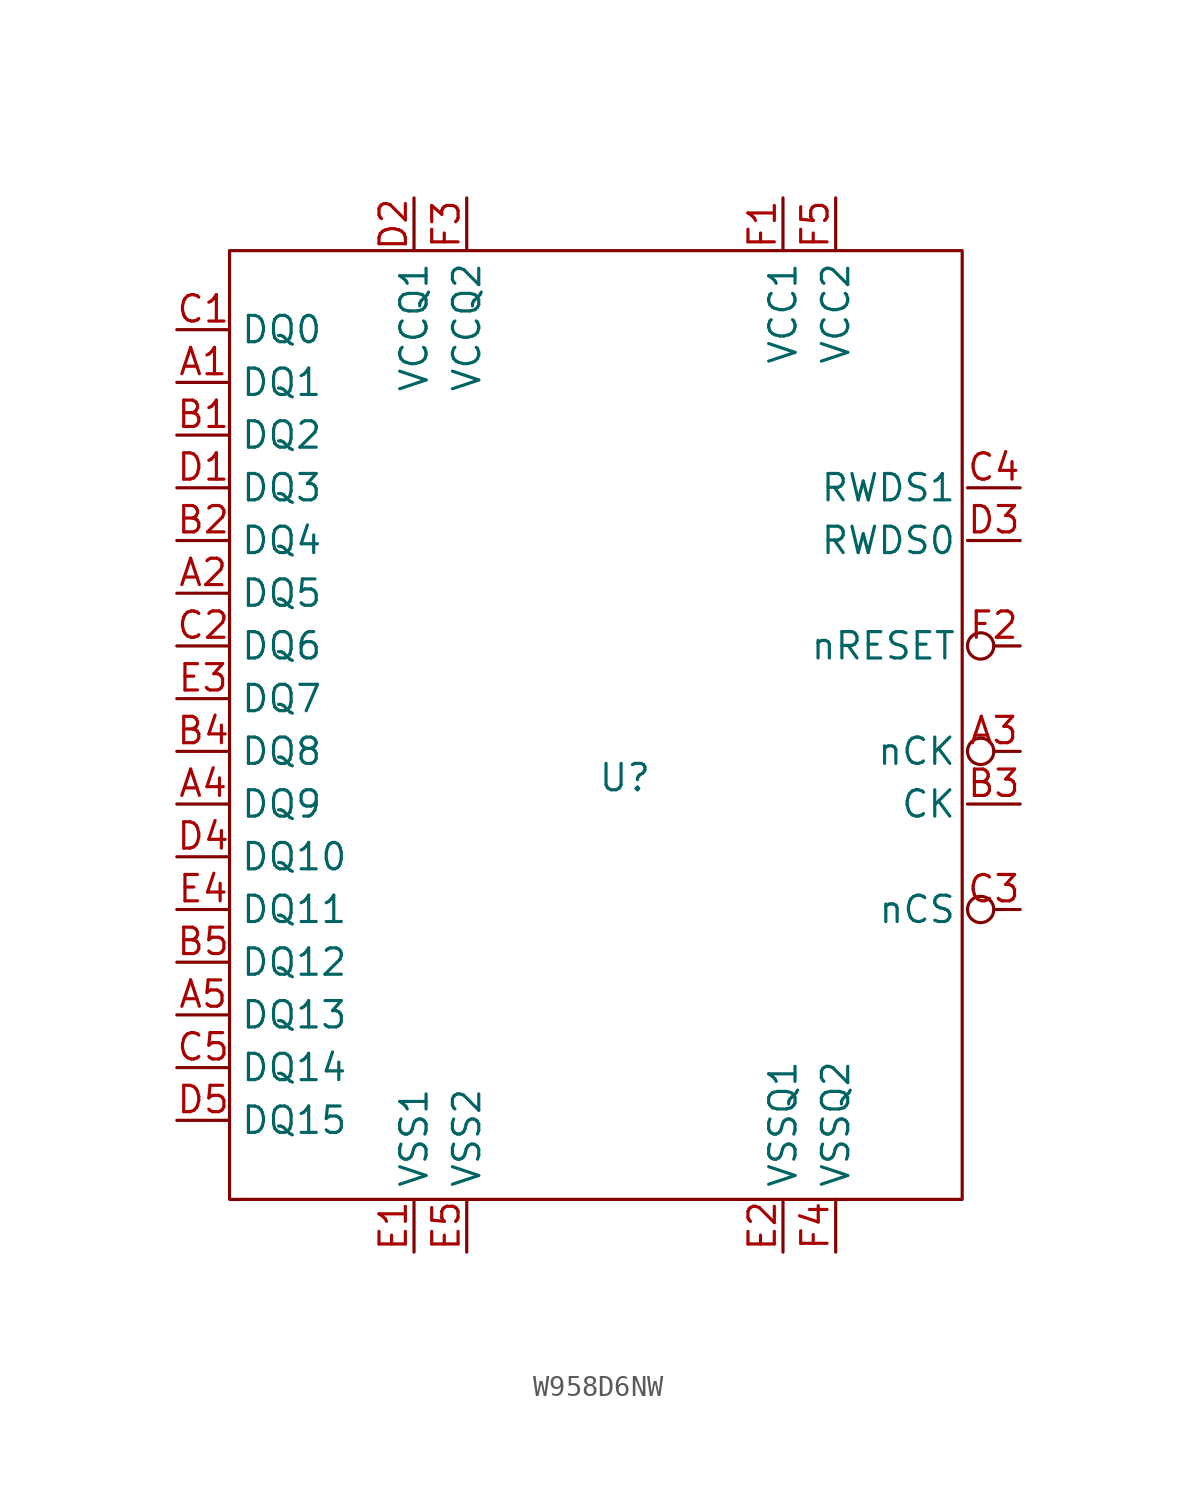
<source format=kicad_sym>
(kicad_symbol_lib
  (version 20231120)
  (generator "kicad_symbol_editor")
  (generator_version "8.0")
  (symbol "W958D6NW"
    (property "Reference" "U"
      (at 1.27 -2.54 0)
      (effects (font (size 1.27 1.27))))
    (property "Value" ""
      (at 1.27 -2.54 0)
      (effects (font (size 1.27 1.27))))
    (symbol "W958D6NW_0_1"
      (rectangle (start -17.78 22.86) (end 17.526 -22.86) (stroke (width 0) (type default)) (fill (type none))))
    (symbol "W958D6NW_1_1"
      (pin input line (at -20.32 16.51 0) (length 2.54) (name "DQ1" (effects (font (size 1.27 1.27)))) (number "A1" (effects (font (size 1.27 1.27)))))
      (pin input line (at -20.32 6.35 0) (length 2.54) (name "DQ5" (effects (font (size 1.27 1.27)))) (number "A2" (effects (font (size 1.27 1.27)))))
      (pin input inverted (at 20.32 -1.27 180) (length 2.54) (name "nCK" (effects (font (size 1.27 1.27)))) (number "A3" (effects (font (size 1.27 1.27)))))
      (pin input line (at -20.32 -3.81 0) (length 2.54) (name "DQ9" (effects (font (size 1.27 1.27)))) (number "A4" (effects (font (size 1.27 1.27)))))
      (pin input line (at -20.32 -13.97 0) (length 2.54) (name "DQ13" (effects (font (size 1.27 1.27)))) (number "A5" (effects (font (size 1.27 1.27)))))
      (pin input line (at -20.32 13.97 0) (length 2.54) (name "DQ2" (effects (font (size 1.27 1.27)))) (number "B1" (effects (font (size 1.27 1.27)))))
      (pin input line (at -20.32 8.89 0) (length 2.54) (name "DQ4" (effects (font (size 1.27 1.27)))) (number "B2" (effects (font (size 1.27 1.27)))))
      (pin input line (at 20.32 -3.81 180) (length 2.54) (name "CK" (effects (font (size 1.27 1.27)))) (number "B3" (effects (font (size 1.27 1.27)))))
      (pin input line (at -20.32 -1.27 0) (length 2.54) (name "DQ8" (effects (font (size 1.27 1.27)))) (number "B4" (effects (font (size 1.27 1.27)))))
      (pin input line (at -20.32 -11.43 0) (length 2.54) (name "DQ12" (effects (font (size 1.27 1.27)))) (number "B5" (effects (font (size 1.27 1.27)))))
      (pin input line (at -20.32 19.05 0) (length 2.54) (name "DQ0" (effects (font (size 1.27 1.27)))) (number "C1" (effects (font (size 1.27 1.27)))))
      (pin input line (at -20.32 3.81 0) (length 2.54) (name "DQ6" (effects (font (size 1.27 1.27)))) (number "C2" (effects (font (size 1.27 1.27)))))
      (pin input inverted (at 20.32 -8.89 180) (length 2.54) (name "nCS" (effects (font (size 1.27 1.27)))) (number "C3" (effects (font (size 1.27 1.27)))))
      (pin input line (at 20.32 11.43 180) (length 2.54) (name "RWDS1" (effects (font (size 1.27 1.27)))) (number "C4" (effects (font (size 1.27 1.27)))))
      (pin input line (at -20.32 -16.51 0) (length 2.54) (name "DQ14" (effects (font (size 1.27 1.27)))) (number "C5" (effects (font (size 1.27 1.27)))))
      (pin input line (at -20.32 11.43 0) (length 2.54) (name "DQ3" (effects (font (size 1.27 1.27)))) (number "D1" (effects (font (size 1.27 1.27)))))
      (pin input line (at -8.89 25.4 270) (length 2.54) (name "VCCQ1" (effects (font (size 1.27 1.27)))) (number "D2" (effects (font (size 1.27 1.27)))))
      (pin input line (at 20.32 8.89 180) (length 2.54) (name "RWDS0" (effects (font (size 1.27 1.27)))) (number "D3" (effects (font (size 1.27 1.27)))))
      (pin input line (at -20.32 -6.35 0) (length 2.54) (name "DQ10" (effects (font (size 1.27 1.27)))) (number "D4" (effects (font (size 1.27 1.27)))))
      (pin input line (at -20.32 -19.05 0) (length 2.54) (name "DQ15" (effects (font (size 1.27 1.27)))) (number "D5" (effects (font (size 1.27 1.27)))))
      (pin input line (at -8.89 -25.4 90) (length 2.54) (name "VSS1" (effects (font (size 1.27 1.27)))) (number "E1" (effects (font (size 1.27 1.27)))))
      (pin input line (at 8.89 -25.4 90) (length 2.54) (name "VSSQ1" (effects (font (size 1.27 1.27)))) (number "E2" (effects (font (size 1.27 1.27)))))
      (pin input line (at -20.32 1.27 0) (length 2.54) (name "DQ7" (effects (font (size 1.27 1.27)))) (number "E3" (effects (font (size 1.27 1.27)))))
      (pin input line (at -20.32 -8.89 0) (length 2.54) (name "DQ11" (effects (font (size 1.27 1.27)))) (number "E4" (effects (font (size 1.27 1.27)))))
      (pin input line (at -6.35 -25.4 90) (length 2.54) (name "VSS2" (effects (font (size 1.27 1.27)))) (number "E5" (effects (font (size 1.27 1.27)))))
      (pin input line (at 8.89 25.4 270) (length 2.54) (name "VCC1" (effects (font (size 1.27 1.27)))) (number "F1" (effects (font (size 1.27 1.27)))))
      (pin input inverted (at 20.32 3.81 180) (length 2.54) (name "nRESET" (effects (font (size 1.27 1.27)))) (number "F2" (effects (font (size 1.27 1.27)))))
      (pin input line (at -6.35 25.4 270) (length 2.54) (name "VCCQ2" (effects (font (size 1.27 1.27)))) (number "F3" (effects (font (size 1.27 1.27)))))
      (pin input line (at 11.43 -25.4 90) (length 2.54) (name "VSSQ2" (effects (font (size 1.27 1.27)))) (number "F4" (effects (font (size 1.27 1.27)))))
      (pin input line (at 11.43 25.4 270) (length 2.54) (name "VCC2" (effects (font (size 1.27 1.27)))) (number "F5" (effects (font (size 1.27 1.27))))))))
</source>
